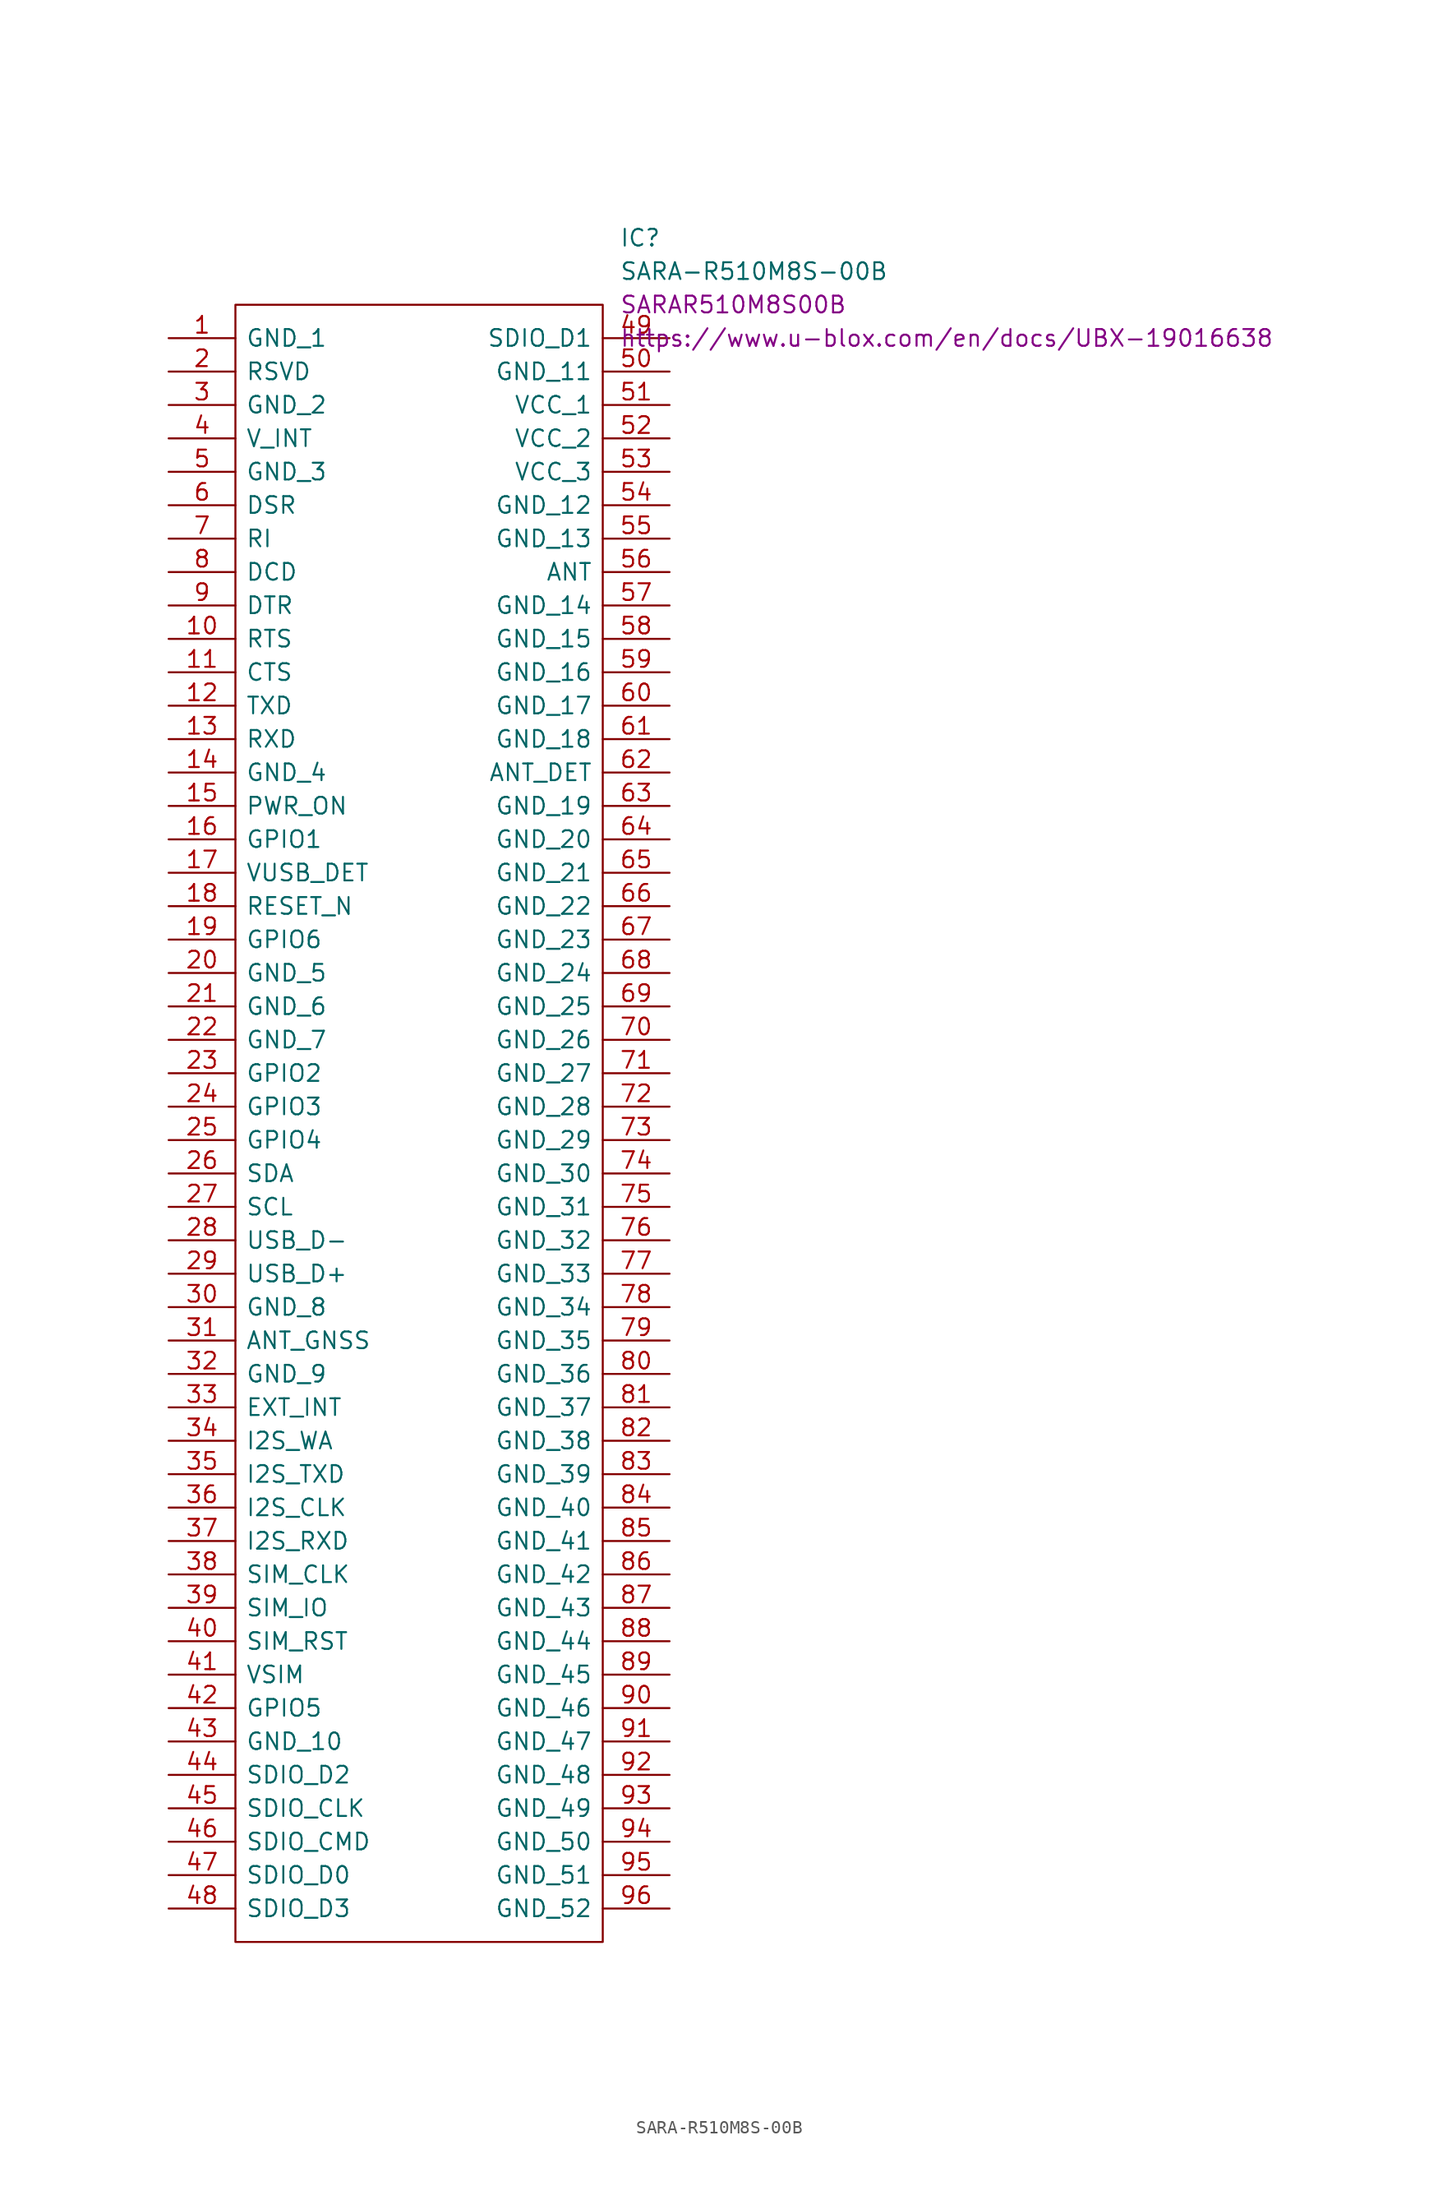
<source format=kicad_sym>
(kicad_symbol_lib
  (version 20211014)
  (generator kicad_symbol_editor)
  (symbol "SARA-R510M8S-00B"
    (pin_names
      (offset 0.762))
    (property "Reference" "IC"
      (at 15.24 66.04 0)
      (effects (font (size 1.27 1.27)) (justify left)))
    (property "Value" "SARA-R510M8S-00B"
      (at 15.24 63.5 0)
      (effects (font (size 1.27 1.27)) (justify left)))
    (property "Footprint" "SARAR510M8S00B"
      (at 15.24 60.96 0)
      (effects (font (size 1.27 1.27)) (justify left)))
    (property "Datasheet" "https://www.u-blox.com/en/docs/UBX-19016638"
      (at 15.24 58.42 0)
      (effects (font (size 1.27 1.27)) (justify left)))
    (symbol "SARA-R510M8S-00B_0_0"
      (pin passive line (at -19.05 58.42 0) (length 5.08) (name "GND_1" (effects (font (size 1.27 1.27)))) (number "1" (effects (font (size 1.27 1.27)))))
      (pin passive line (at -19.05 35.56 0) (length 5.08) (name "RTS" (effects (font (size 1.27 1.27)))) (number "10" (effects (font (size 1.27 1.27)))))
      (pin passive line (at -19.05 33.02 0) (length 5.08) (name "CTS" (effects (font (size 1.27 1.27)))) (number "11" (effects (font (size 1.27 1.27)))))
      (pin passive line (at -19.05 30.48 0) (length 5.08) (name "TXD" (effects (font (size 1.27 1.27)))) (number "12" (effects (font (size 1.27 1.27)))))
      (pin passive line (at -19.05 27.94 0) (length 5.08) (name "RXD" (effects (font (size 1.27 1.27)))) (number "13" (effects (font (size 1.27 1.27)))))
      (pin passive line (at -19.05 25.4 0) (length 5.08) (name "GND_4" (effects (font (size 1.27 1.27)))) (number "14" (effects (font (size 1.27 1.27)))))
      (pin passive line (at -19.05 22.86 0) (length 5.08) (name "PWR_ON" (effects (font (size 1.27 1.27)))) (number "15" (effects (font (size 1.27 1.27)))))
      (pin passive line (at -19.05 20.32 0) (length 5.08) (name "GPIO1" (effects (font (size 1.27 1.27)))) (number "16" (effects (font (size 1.27 1.27)))))
      (pin passive line (at -19.05 17.78 0) (length 5.08) (name "VUSB_DET" (effects (font (size 1.27 1.27)))) (number "17" (effects (font (size 1.27 1.27)))))
      (pin passive line (at -19.05 15.24 0) (length 5.08) (name "RESET_N" (effects (font (size 1.27 1.27)))) (number "18" (effects (font (size 1.27 1.27)))))
      (pin passive line (at -19.05 12.7 0) (length 5.08) (name "GPIO6" (effects (font (size 1.27 1.27)))) (number "19" (effects (font (size 1.27 1.27)))))
      (pin passive line (at -19.05 55.88 0) (length 5.08) (name "RSVD" (effects (font (size 1.27 1.27)))) (number "2" (effects (font (size 1.27 1.27)))))
      (pin passive line (at -19.05 10.16 0) (length 5.08) (name "GND_5" (effects (font (size 1.27 1.27)))) (number "20" (effects (font (size 1.27 1.27)))))
      (pin passive line (at -19.05 7.62 0) (length 5.08) (name "GND_6" (effects (font (size 1.27 1.27)))) (number "21" (effects (font (size 1.27 1.27)))))
      (pin passive line (at -19.05 5.08 0) (length 5.08) (name "GND_7" (effects (font (size 1.27 1.27)))) (number "22" (effects (font (size 1.27 1.27)))))
      (pin passive line (at -19.05 2.54 0) (length 5.08) (name "GPIO2" (effects (font (size 1.27 1.27)))) (number "23" (effects (font (size 1.27 1.27)))))
      (pin passive line (at -19.05 0 0) (length 5.08) (name "GPIO3" (effects (font (size 1.27 1.27)))) (number "24" (effects (font (size 1.27 1.27)))))
      (pin passive line (at -19.05 -2.54 0) (length 5.08) (name "GPIO4" (effects (font (size 1.27 1.27)))) (number "25" (effects (font (size 1.27 1.27)))))
      (pin passive line (at -19.05 -5.08 0) (length 5.08) (name "SDA" (effects (font (size 1.27 1.27)))) (number "26" (effects (font (size 1.27 1.27)))))
      (pin passive line (at -19.05 -7.62 0) (length 5.08) (name "SCL" (effects (font (size 1.27 1.27)))) (number "27" (effects (font (size 1.27 1.27)))))
      (pin passive line (at -19.05 -10.16 0) (length 5.08) (name "USB_D-" (effects (font (size 1.27 1.27)))) (number "28" (effects (font (size 1.27 1.27)))))
      (pin passive line (at -19.05 -12.7 0) (length 5.08) (name "USB_D+" (effects (font (size 1.27 1.27)))) (number "29" (effects (font (size 1.27 1.27)))))
      (pin passive line (at -19.05 53.34 0) (length 5.08) (name "GND_2" (effects (font (size 1.27 1.27)))) (number "3" (effects (font (size 1.27 1.27)))))
      (pin passive line (at -19.05 -15.24 0) (length 5.08) (name "GND_8" (effects (font (size 1.27 1.27)))) (number "30" (effects (font (size 1.27 1.27)))))
      (pin passive line (at -19.05 -17.78 0) (length 5.08) (name "ANT_GNSS" (effects (font (size 1.27 1.27)))) (number "31" (effects (font (size 1.27 1.27)))))
      (pin passive line (at -19.05 -20.32 0) (length 5.08) (name "GND_9" (effects (font (size 1.27 1.27)))) (number "32" (effects (font (size 1.27 1.27)))))
      (pin passive line (at -19.05 -22.86 0) (length 5.08) (name "EXT_INT" (effects (font (size 1.27 1.27)))) (number "33" (effects (font (size 1.27 1.27)))))
      (pin passive line (at -19.05 -25.4 0) (length 5.08) (name "I2S_WA" (effects (font (size 1.27 1.27)))) (number "34" (effects (font (size 1.27 1.27)))))
      (pin passive line (at -19.05 -27.94 0) (length 5.08) (name "I2S_TXD" (effects (font (size 1.27 1.27)))) (number "35" (effects (font (size 1.27 1.27)))))
      (pin passive line (at -19.05 -30.48 0) (length 5.08) (name "I2S_CLK" (effects (font (size 1.27 1.27)))) (number "36" (effects (font (size 1.27 1.27)))))
      (pin passive line (at -19.05 -33.02 0) (length 5.08) (name "I2S_RXD" (effects (font (size 1.27 1.27)))) (number "37" (effects (font (size 1.27 1.27)))))
      (pin passive line (at -19.05 -35.56 0) (length 5.08) (name "SIM_CLK" (effects (font (size 1.27 1.27)))) (number "38" (effects (font (size 1.27 1.27)))))
      (pin passive line (at -19.05 -38.1 0) (length 5.08) (name "SIM_IO" (effects (font (size 1.27 1.27)))) (number "39" (effects (font (size 1.27 1.27)))))
      (pin passive line (at -19.05 50.8 0) (length 5.08) (name "V_INT" (effects (font (size 1.27 1.27)))) (number "4" (effects (font (size 1.27 1.27)))))
      (pin passive line (at -19.05 -40.64 0) (length 5.08) (name "SIM_RST" (effects (font (size 1.27 1.27)))) (number "40" (effects (font (size 1.27 1.27)))))
      (pin passive line (at -19.05 -43.18 0) (length 5.08) (name "VSIM" (effects (font (size 1.27 1.27)))) (number "41" (effects (font (size 1.27 1.27)))))
      (pin passive line (at -19.05 -45.72 0) (length 5.08) (name "GPIO5" (effects (font (size 1.27 1.27)))) (number "42" (effects (font (size 1.27 1.27)))))
      (pin passive line (at -19.05 -48.26 0) (length 5.08) (name "GND_10" (effects (font (size 1.27 1.27)))) (number "43" (effects (font (size 1.27 1.27)))))
      (pin passive line (at -19.05 -50.8 0) (length 5.08) (name "SDIO_D2" (effects (font (size 1.27 1.27)))) (number "44" (effects (font (size 1.27 1.27)))))
      (pin passive line (at -19.05 -53.34 0) (length 5.08) (name "SDIO_CLK" (effects (font (size 1.27 1.27)))) (number "45" (effects (font (size 1.27 1.27)))))
      (pin passive line (at -19.05 -55.88 0) (length 5.08) (name "SDIO_CMD" (effects (font (size 1.27 1.27)))) (number "46" (effects (font (size 1.27 1.27)))))
      (pin passive line (at -19.05 -58.42 0) (length 5.08) (name "SDIO_D0" (effects (font (size 1.27 1.27)))) (number "47" (effects (font (size 1.27 1.27)))))
      (pin passive line (at -19.05 -60.96 0) (length 5.08) (name "SDIO_D3" (effects (font (size 1.27 1.27)))) (number "48" (effects (font (size 1.27 1.27)))))
      (pin passive line (at 19.05 58.42 180) (length 5.08) (name "SDIO_D1" (effects (font (size 1.27 1.27)))) (number "49" (effects (font (size 1.27 1.27)))))
      (pin passive line (at -19.05 48.26 0) (length 5.08) (name "GND_3" (effects (font (size 1.27 1.27)))) (number "5" (effects (font (size 1.27 1.27)))))
      (pin passive line (at 19.05 55.88 180) (length 5.08) (name "GND_11" (effects (font (size 1.27 1.27)))) (number "50" (effects (font (size 1.27 1.27)))))
      (pin passive line (at 19.05 53.34 180) (length 5.08) (name "VCC_1" (effects (font (size 1.27 1.27)))) (number "51" (effects (font (size 1.27 1.27)))))
      (pin passive line (at 19.05 50.8 180) (length 5.08) (name "VCC_2" (effects (font (size 1.27 1.27)))) (number "52" (effects (font (size 1.27 1.27)))))
      (pin passive line (at 19.05 48.26 180) (length 5.08) (name "VCC_3" (effects (font (size 1.27 1.27)))) (number "53" (effects (font (size 1.27 1.27)))))
      (pin passive line (at 19.05 45.72 180) (length 5.08) (name "GND_12" (effects (font (size 1.27 1.27)))) (number "54" (effects (font (size 1.27 1.27)))))
      (pin passive line (at 19.05 43.18 180) (length 5.08) (name "GND_13" (effects (font (size 1.27 1.27)))) (number "55" (effects (font (size 1.27 1.27)))))
      (pin passive line (at 19.05 40.64 180) (length 5.08) (name "ANT" (effects (font (size 1.27 1.27)))) (number "56" (effects (font (size 1.27 1.27)))))
      (pin passive line (at 19.05 38.1 180) (length 5.08) (name "GND_14" (effects (font (size 1.27 1.27)))) (number "57" (effects (font (size 1.27 1.27)))))
      (pin passive line (at 19.05 35.56 180) (length 5.08) (name "GND_15" (effects (font (size 1.27 1.27)))) (number "58" (effects (font (size 1.27 1.27)))))
      (pin passive line (at 19.05 33.02 180) (length 5.08) (name "GND_16" (effects (font (size 1.27 1.27)))) (number "59" (effects (font (size 1.27 1.27)))))
      (pin passive line (at -19.05 45.72 0) (length 5.08) (name "DSR" (effects (font (size 1.27 1.27)))) (number "6" (effects (font (size 1.27 1.27)))))
      (pin passive line (at 19.05 30.48 180) (length 5.08) (name "GND_17" (effects (font (size 1.27 1.27)))) (number "60" (effects (font (size 1.27 1.27)))))
      (pin passive line (at 19.05 27.94 180) (length 5.08) (name "GND_18" (effects (font (size 1.27 1.27)))) (number "61" (effects (font (size 1.27 1.27)))))
      (pin passive line (at 19.05 25.4 180) (length 5.08) (name "ANT_DET" (effects (font (size 1.27 1.27)))) (number "62" (effects (font (size 1.27 1.27)))))
      (pin passive line (at 19.05 22.86 180) (length 5.08) (name "GND_19" (effects (font (size 1.27 1.27)))) (number "63" (effects (font (size 1.27 1.27)))))
      (pin passive line (at 19.05 20.32 180) (length 5.08) (name "GND_20" (effects (font (size 1.27 1.27)))) (number "64" (effects (font (size 1.27 1.27)))))
      (pin passive line (at 19.05 17.78 180) (length 5.08) (name "GND_21" (effects (font (size 1.27 1.27)))) (number "65" (effects (font (size 1.27 1.27)))))
      (pin passive line (at 19.05 15.24 180) (length 5.08) (name "GND_22" (effects (font (size 1.27 1.27)))) (number "66" (effects (font (size 1.27 1.27)))))
      (pin passive line (at 19.05 12.7 180) (length 5.08) (name "GND_23" (effects (font (size 1.27 1.27)))) (number "67" (effects (font (size 1.27 1.27)))))
      (pin passive line (at 19.05 10.16 180) (length 5.08) (name "GND_24" (effects (font (size 1.27 1.27)))) (number "68" (effects (font (size 1.27 1.27)))))
      (pin passive line (at 19.05 7.62 180) (length 5.08) (name "GND_25" (effects (font (size 1.27 1.27)))) (number "69" (effects (font (size 1.27 1.27)))))
      (pin passive line (at -19.05 43.18 0) (length 5.08) (name "RI" (effects (font (size 1.27 1.27)))) (number "7" (effects (font (size 1.27 1.27)))))
      (pin passive line (at 19.05 5.08 180) (length 5.08) (name "GND_26" (effects (font (size 1.27 1.27)))) (number "70" (effects (font (size 1.27 1.27)))))
      (pin passive line (at 19.05 2.54 180) (length 5.08) (name "GND_27" (effects (font (size 1.27 1.27)))) (number "71" (effects (font (size 1.27 1.27)))))
      (pin passive line (at 19.05 0 180) (length 5.08) (name "GND_28" (effects (font (size 1.27 1.27)))) (number "72" (effects (font (size 1.27 1.27)))))
      (pin passive line (at 19.05 -2.54 180) (length 5.08) (name "GND_29" (effects (font (size 1.27 1.27)))) (number "73" (effects (font (size 1.27 1.27)))))
      (pin passive line (at 19.05 -5.08 180) (length 5.08) (name "GND_30" (effects (font (size 1.27 1.27)))) (number "74" (effects (font (size 1.27 1.27)))))
      (pin passive line (at 19.05 -7.62 180) (length 5.08) (name "GND_31" (effects (font (size 1.27 1.27)))) (number "75" (effects (font (size 1.27 1.27)))))
      (pin passive line (at 19.05 -10.16 180) (length 5.08) (name "GND_32" (effects (font (size 1.27 1.27)))) (number "76" (effects (font (size 1.27 1.27)))))
      (pin passive line (at 19.05 -12.7 180) (length 5.08) (name "GND_33" (effects (font (size 1.27 1.27)))) (number "77" (effects (font (size 1.27 1.27)))))
      (pin passive line (at 19.05 -15.24 180) (length 5.08) (name "GND_34" (effects (font (size 1.27 1.27)))) (number "78" (effects (font (size 1.27 1.27)))))
      (pin passive line (at 19.05 -17.78 180) (length 5.08) (name "GND_35" (effects (font (size 1.27 1.27)))) (number "79" (effects (font (size 1.27 1.27)))))
      (pin passive line (at -19.05 40.64 0) (length 5.08) (name "DCD" (effects (font (size 1.27 1.27)))) (number "8" (effects (font (size 1.27 1.27)))))
      (pin passive line (at 19.05 -20.32 180) (length 5.08) (name "GND_36" (effects (font (size 1.27 1.27)))) (number "80" (effects (font (size 1.27 1.27)))))
      (pin passive line (at 19.05 -22.86 180) (length 5.08) (name "GND_37" (effects (font (size 1.27 1.27)))) (number "81" (effects (font (size 1.27 1.27)))))
      (pin passive line (at 19.05 -25.4 180) (length 5.08) (name "GND_38" (effects (font (size 1.27 1.27)))) (number "82" (effects (font (size 1.27 1.27)))))
      (pin passive line (at 19.05 -27.94 180) (length 5.08) (name "GND_39" (effects (font (size 1.27 1.27)))) (number "83" (effects (font (size 1.27 1.27)))))
      (pin passive line (at 19.05 -30.48 180) (length 5.08) (name "GND_40" (effects (font (size 1.27 1.27)))) (number "84" (effects (font (size 1.27 1.27)))))
      (pin passive line (at 19.05 -33.02 180) (length 5.08) (name "GND_41" (effects (font (size 1.27 1.27)))) (number "85" (effects (font (size 1.27 1.27)))))
      (pin passive line (at 19.05 -35.56 180) (length 5.08) (name "GND_42" (effects (font (size 1.27 1.27)))) (number "86" (effects (font (size 1.27 1.27)))))
      (pin passive line (at 19.05 -38.1 180) (length 5.08) (name "GND_43" (effects (font (size 1.27 1.27)))) (number "87" (effects (font (size 1.27 1.27)))))
      (pin passive line (at 19.05 -40.64 180) (length 5.08) (name "GND_44" (effects (font (size 1.27 1.27)))) (number "88" (effects (font (size 1.27 1.27)))))
      (pin passive line (at 19.05 -43.18 180) (length 5.08) (name "GND_45" (effects (font (size 1.27 1.27)))) (number "89" (effects (font (size 1.27 1.27)))))
      (pin passive line (at -19.05 38.1 0) (length 5.08) (name "DTR" (effects (font (size 1.27 1.27)))) (number "9" (effects (font (size 1.27 1.27)))))
      (pin passive line (at 19.05 -45.72 180) (length 5.08) (name "GND_46" (effects (font (size 1.27 1.27)))) (number "90" (effects (font (size 1.27 1.27)))))
      (pin passive line (at 19.05 -48.26 180) (length 5.08) (name "GND_47" (effects (font (size 1.27 1.27)))) (number "91" (effects (font (size 1.27 1.27)))))
      (pin passive line (at 19.05 -50.8 180) (length 5.08) (name "GND_48" (effects (font (size 1.27 1.27)))) (number "92" (effects (font (size 1.27 1.27)))))
      (pin passive line (at 19.05 -53.34 180) (length 5.08) (name "GND_49" (effects (font (size 1.27 1.27)))) (number "93" (effects (font (size 1.27 1.27)))))
      (pin passive line (at 19.05 -55.88 180) (length 5.08) (name "GND_50" (effects (font (size 1.27 1.27)))) (number "94" (effects (font (size 1.27 1.27)))))
      (pin passive line (at 19.05 -58.42 180) (length 5.08) (name "GND_51" (effects (font (size 1.27 1.27)))) (number "95" (effects (font (size 1.27 1.27)))))
      (pin passive line (at 19.05 -60.96 180) (length 5.08) (name "GND_52" (effects (font (size 1.27 1.27)))) (number "96" (effects (font (size 1.27 1.27))))))
    (symbol "SARA-R510M8S-00B_0_1"
      (polyline (pts (xy -13.97 60.96) (xy 13.97 60.96) (xy 13.97 -63.5) (xy -13.97 -63.5) (xy -13.97 60.96)) (stroke (width 0.152) (type default) (color 0 0 0 0)) (fill (type none))))))
</source>
